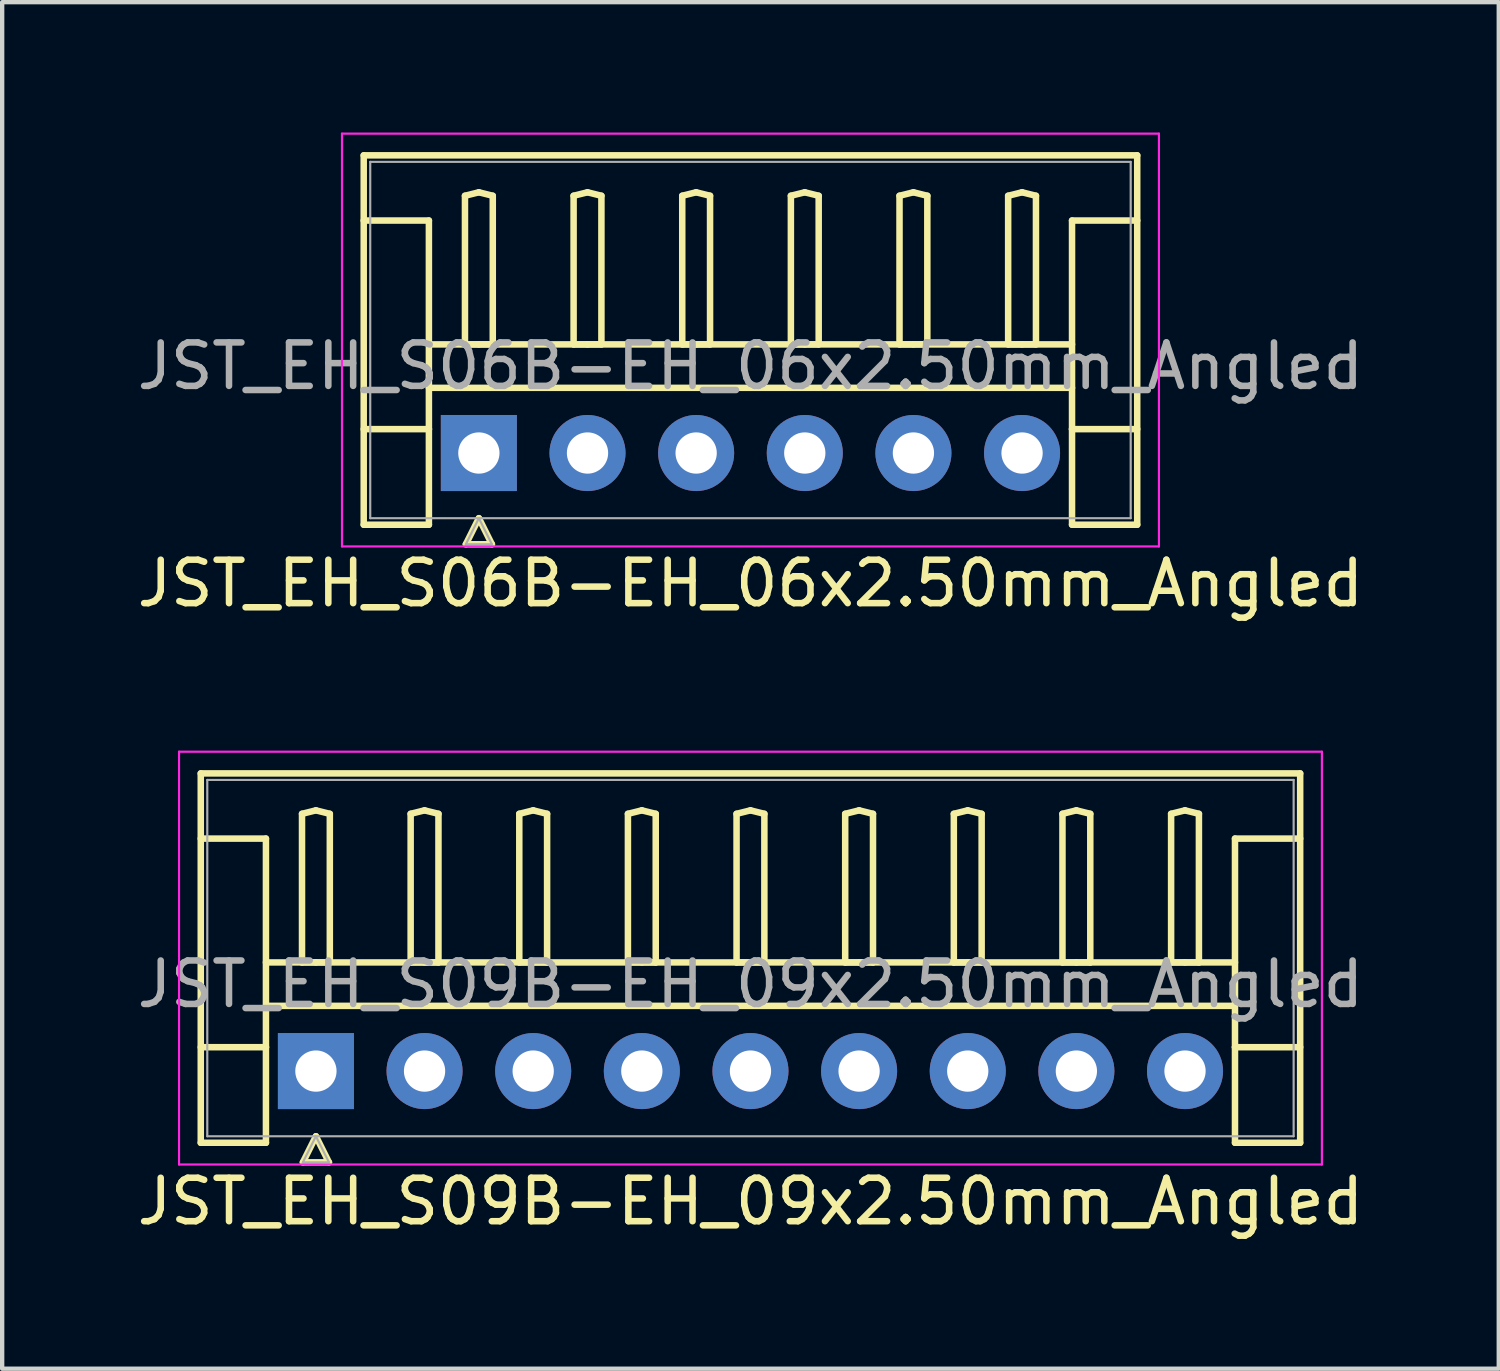
<source format=kicad_pcb>
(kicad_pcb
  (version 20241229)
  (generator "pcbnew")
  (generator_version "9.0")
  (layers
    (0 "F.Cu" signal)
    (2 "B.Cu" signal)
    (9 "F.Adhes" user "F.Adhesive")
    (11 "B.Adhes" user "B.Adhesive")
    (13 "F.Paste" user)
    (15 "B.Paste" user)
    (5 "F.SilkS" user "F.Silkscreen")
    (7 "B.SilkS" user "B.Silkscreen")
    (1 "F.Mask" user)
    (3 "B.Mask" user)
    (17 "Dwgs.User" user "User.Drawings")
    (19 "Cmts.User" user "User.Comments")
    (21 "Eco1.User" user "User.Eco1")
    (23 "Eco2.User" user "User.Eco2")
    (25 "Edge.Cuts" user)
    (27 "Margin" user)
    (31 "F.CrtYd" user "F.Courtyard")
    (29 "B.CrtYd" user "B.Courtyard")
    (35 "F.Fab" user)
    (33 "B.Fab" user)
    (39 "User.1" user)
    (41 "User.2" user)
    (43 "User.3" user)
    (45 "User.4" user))
  (footprint "JST_EH_S06B-EH_06x2.50mm_Angled"
    (layer "F.Cu")
    (at 7.97 7.375)
    (property "Reference" "JST_EH_S06B-EH_06x2.50mm_Angled" (at 6.25 -2 0) (layer "F.Fab") (effects (font (size 1 1) (thickness 0.15))))
    (attr through_hole)
    (fp_line (start -2.65 -6.85) (end 15.15 -6.85) (stroke (width 0.15) (type solid)) (layer "F.SilkS"))
    (fp_line (start -2.65 -5.35) (end -1.15 -5.35) (stroke (width 0.15) (type solid)) (layer "F.SilkS"))
    (fp_line (start -2.65 1.65) (end -2.65 -6.85) (stroke (width 0.15) (type solid)) (layer "F.SilkS"))
    (fp_line (start -1.15 -5.35) (end -1.15 -0.55) (stroke (width 0.15) (type solid)) (layer "F.SilkS"))
    (fp_line (start -1.15 -2.5) (end 13.65 -2.5) (stroke (width 0.15) (type solid)) (layer "F.SilkS"))
    (fp_line (start -1.15 -1.5) (end 13.65 -1.5) (stroke (width 0.15) (type solid)) (layer "F.SilkS"))
    (fp_line (start -1.15 -0.55) (end -2.65 -0.55) (stroke (width 0.15) (type solid)) (layer "F.SilkS"))
    (fp_line (start -1.15 -0.55) (end -1.15 1.65) (stroke (width 0.15) (type solid)) (layer "F.SilkS"))
    (fp_line (start -1.15 1.65) (end -2.65 1.65) (stroke (width 0.15) (type solid)) (layer "F.SilkS"))
    (fp_line (start -0.32 -5.92) (end 0 -6) (stroke (width 0.15) (type solid)) (layer "F.SilkS"))
    (fp_line (start -0.32 -2.5) (end -0.32 -5.92) (stroke (width 0.15) (type solid)) (layer "F.SilkS"))
    (fp_line (start -0.3 2.1) (end 0.3 2.1) (stroke (width 0.15) (type solid)) (layer "F.SilkS"))
    (fp_line (start 0 -6) (end 0.32 -5.92) (stroke (width 0.15) (type solid)) (layer "F.SilkS"))
    (fp_line (start 0 -2.5) (end -0.32 -2.5) (stroke (width 0.15) (type solid)) (layer "F.SilkS"))
    (fp_line (start 0 1.5) (end -0.3 2.1) (stroke (width 0.15) (type solid)) (layer "F.SilkS"))
    (fp_line (start 0.3 2.1) (end 0 1.5) (stroke (width 0.15) (type solid)) (layer "F.SilkS"))
    (fp_line (start 0.32 -5.92) (end 0.32 -2.5) (stroke (width 0.15) (type solid)) (layer "F.SilkS"))
    (fp_line (start 0.32 -2.5) (end 0 -2.5) (stroke (width 0.15) (type solid)) (layer "F.SilkS"))
    (fp_line (start 2.18 -5.92) (end 2.5 -6) (stroke (width 0.15) (type solid)) (layer "F.SilkS"))
    (fp_line (start 2.18 -2.5) (end 2.18 -5.92) (stroke (width 0.15) (type solid)) (layer "F.SilkS"))
    (fp_line (start 2.5 -6) (end 2.82 -5.92) (stroke (width 0.15) (type solid)) (layer "F.SilkS"))
    (fp_line (start 2.5 -2.5) (end 2.18 -2.5) (stroke (width 0.15) (type solid)) (layer "F.SilkS"))
    (fp_line (start 2.82 -5.92) (end 2.82 -2.5) (stroke (width 0.15) (type solid)) (layer "F.SilkS"))
    (fp_line (start 2.82 -2.5) (end 2.5 -2.5) (stroke (width 0.15) (type solid)) (layer "F.SilkS"))
    (fp_line (start 4.68 -5.92) (end 5 -6) (stroke (width 0.15) (type solid)) (layer "F.SilkS"))
    (fp_line (start 4.68 -2.5) (end 4.68 -5.92) (stroke (width 0.15) (type solid)) (layer "F.SilkS"))
    (fp_line (start 5 -6) (end 5.32 -5.92) (stroke (width 0.15) (type solid)) (layer "F.SilkS"))
    (fp_line (start 5 -2.5) (end 4.68 -2.5) (stroke (width 0.15) (type solid)) (layer "F.SilkS"))
    (fp_line (start 5.32 -5.92) (end 5.32 -2.5) (stroke (width 0.15) (type solid)) (layer "F.SilkS"))
    (fp_line (start 5.32 -2.5) (end 5 -2.5) (stroke (width 0.15) (type solid)) (layer "F.SilkS"))
    (fp_line (start 7.18 -5.92) (end 7.5 -6) (stroke (width 0.15) (type solid)) (layer "F.SilkS"))
    (fp_line (start 7.18 -2.5) (end 7.18 -5.92) (stroke (width 0.15) (type solid)) (layer "F.SilkS"))
    (fp_line (start 7.5 -6) (end 7.82 -5.92) (stroke (width 0.15) (type solid)) (layer "F.SilkS"))
    (fp_line (start 7.5 -2.5) (end 7.18 -2.5) (stroke (width 0.15) (type solid)) (layer "F.SilkS"))
    (fp_line (start 7.82 -5.92) (end 7.82 -2.5) (stroke (width 0.15) (type solid)) (layer "F.SilkS"))
    (fp_line (start 7.82 -2.5) (end 7.5 -2.5) (stroke (width 0.15) (type solid)) (layer "F.SilkS"))
    (fp_line (start 9.68 -5.92) (end 10 -6) (stroke (width 0.15) (type solid)) (layer "F.SilkS"))
    (fp_line (start 9.68 -2.5) (end 9.68 -5.92) (stroke (width 0.15) (type solid)) (layer "F.SilkS"))
    (fp_line (start 10 -6) (end 10.32 -5.92) (stroke (width 0.15) (type solid)) (layer "F.SilkS"))
    (fp_line (start 10 -2.5) (end 9.68 -2.5) (stroke (width 0.15) (type solid)) (layer "F.SilkS"))
    (fp_line (start 10.32 -5.92) (end 10.32 -2.5) (stroke (width 0.15) (type solid)) (layer "F.SilkS"))
    (fp_line (start 10.32 -2.5) (end 10 -2.5) (stroke (width 0.15) (type solid)) (layer "F.SilkS"))
    (fp_line (start 12.18 -5.92) (end 12.5 -6) (stroke (width 0.15) (type solid)) (layer "F.SilkS"))
    (fp_line (start 12.18 -2.5) (end 12.18 -5.92) (stroke (width 0.15) (type solid)) (layer "F.SilkS"))
    (fp_line (start 12.5 -6) (end 12.82 -5.92) (stroke (width 0.15) (type solid)) (layer "F.SilkS"))
    (fp_line (start 12.5 -2.5) (end 12.18 -2.5) (stroke (width 0.15) (type solid)) (layer "F.SilkS"))
    (fp_line (start 12.82 -5.92) (end 12.82 -2.5) (stroke (width 0.15) (type solid)) (layer "F.SilkS"))
    (fp_line (start 12.82 -2.5) (end 12.5 -2.5) (stroke (width 0.15) (type solid)) (layer "F.SilkS"))
    (fp_line (start 13.65 -5.35) (end 13.65 -0.55) (stroke (width 0.15) (type solid)) (layer "F.SilkS"))
    (fp_line (start 13.65 -0.55) (end 15.15 -0.55) (stroke (width 0.15) (type solid)) (layer "F.SilkS"))
    (fp_line (start 13.65 1.65) (end 13.65 -0.55) (stroke (width 0.15) (type solid)) (layer "F.SilkS"))
    (fp_line (start 15.15 -6.85) (end 15.15 1.65) (stroke (width 0.15) (type solid)) (layer "F.SilkS"))
    (fp_line (start 15.15 -5.35) (end 13.65 -5.35) (stroke (width 0.15) (type solid)) (layer "F.SilkS"))
    (fp_line (start 15.15 1.65) (end 13.65 1.65) (stroke (width 0.15) (type solid)) (layer "F.SilkS"))
    (fp_line (start -3.15 -7.35) (end -3.15 2.15) (stroke (width 0.05) (type solid)) (layer "F.CrtYd"))
    (fp_line (start -3.15 2.15) (end 15.65 2.15) (stroke (width 0.05) (type solid)) (layer "F.CrtYd"))
    (fp_line (start 15.65 -7.35) (end -3.15 -7.35) (stroke (width 0.05) (type solid)) (layer "F.CrtYd"))
    (fp_line (start 15.65 2.15) (end 15.65 -7.35) (stroke (width 0.05) (type solid)) (layer "F.CrtYd"))
    (fp_line (start -2.5 -6.7) (end -2.5 1.5) (stroke (width 0.05) (type solid)) (layer "F.Fab"))
    (fp_line (start -2.5 1.5) (end 15 1.5) (stroke (width 0.05) (type solid)) (layer "F.Fab"))
    (fp_line (start -0.3 2.1) (end 0.3 2.1) (stroke (width 0.05) (type solid)) (layer "F.Fab"))
    (fp_line (start 0 1.5) (end -0.3 2.1) (stroke (width 0.05) (type solid)) (layer "F.Fab"))
    (fp_line (start 0.3 2.1) (end 0 1.5) (stroke (width 0.05) (type solid)) (layer "F.Fab"))
    (fp_line (start 15 -6.7) (end -2.5 -6.7) (stroke (width 0.05) (type solid)) (layer "F.Fab"))
    (fp_line (start 15 1.5) (end 15 -6.7) (stroke (width 0.05) (type solid)) (layer "F.Fab"))
    (fp_text user "${REFERENCE}" (at 6.25 3 0) (layer "F.SilkS") (effects (font (size 1 1) (thickness 0.15))))
    (pad "1" thru_hole rect (at 0 0) (size 1.75 1.75) (drill 0.95) (layers "*.Cu" "*.Mask"))
    (pad "2" thru_hole circle (at 2.5 0) (size 1.75 1.75) (drill 0.95) (layers "*.Cu" "*.Mask"))
    (pad "3" thru_hole circle (at 5 0) (size 1.75 1.75) (drill 0.95) (layers "*.Cu" "*.Mask"))
    (pad "4" thru_hole circle (at 7.5 0) (size 1.75 1.75) (drill 0.95) (layers "*.Cu" "*.Mask"))
    (pad "5" thru_hole circle (at 10 0) (size 1.75 1.75) (drill 0.95) (layers "*.Cu" "*.Mask"))
    (pad "6" thru_hole circle (at 12.5 0) (size 1.75 1.75) (drill 0.95) (layers "*.Cu" "*.Mask")))
  (footprint "JST_EH_S09B-EH_09x2.50mm_Angled"
    (layer "F.Cu")
    (at 4.22 21.598)
    (property "Reference" "JST_EH_S09B-EH_09x2.50mm_Angled" (at 10 -2 0) (layer "F.Fab") (effects (font (size 1 1) (thickness 0.15))))
    (attr through_hole)
    (fp_line (start -2.65 -6.85) (end 22.65 -6.85) (stroke (width 0.15) (type solid)) (layer "F.SilkS"))
    (fp_line (start -2.65 -5.35) (end -1.15 -5.35) (stroke (width 0.15) (type solid)) (layer "F.SilkS"))
    (fp_line (start -2.65 1.65) (end -2.65 -6.85) (stroke (width 0.15) (type solid)) (layer "F.SilkS"))
    (fp_line (start -1.15 -5.35) (end -1.15 -0.55) (stroke (width 0.15) (type solid)) (layer "F.SilkS"))
    (fp_line (start -1.15 -2.5) (end 21.15 -2.5) (stroke (width 0.15) (type solid)) (layer "F.SilkS"))
    (fp_line (start -1.15 -1.5) (end 21.15 -1.5) (stroke (width 0.15) (type solid)) (layer "F.SilkS"))
    (fp_line (start -1.15 -0.55) (end -2.65 -0.55) (stroke (width 0.15) (type solid)) (layer "F.SilkS"))
    (fp_line (start -1.15 -0.55) (end -1.15 1.65) (stroke (width 0.15) (type solid)) (layer "F.SilkS"))
    (fp_line (start -1.15 1.65) (end -2.65 1.65) (stroke (width 0.15) (type solid)) (layer "F.SilkS"))
    (fp_line (start -0.32 -5.92) (end 0 -6) (stroke (width 0.15) (type solid)) (layer "F.SilkS"))
    (fp_line (start -0.32 -2.5) (end -0.32 -5.92) (stroke (width 0.15) (type solid)) (layer "F.SilkS"))
    (fp_line (start -0.3 2.1) (end 0.3 2.1) (stroke (width 0.15) (type solid)) (layer "F.SilkS"))
    (fp_line (start 0 -6) (end 0.32 -5.92) (stroke (width 0.15) (type solid)) (layer "F.SilkS"))
    (fp_line (start 0 -2.5) (end -0.32 -2.5) (stroke (width 0.15) (type solid)) (layer "F.SilkS"))
    (fp_line (start 0 1.5) (end -0.3 2.1) (stroke (width 0.15) (type solid)) (layer "F.SilkS"))
    (fp_line (start 0.3 2.1) (end 0 1.5) (stroke (width 0.15) (type solid)) (layer "F.SilkS"))
    (fp_line (start 0.32 -5.92) (end 0.32 -2.5) (stroke (width 0.15) (type solid)) (layer "F.SilkS"))
    (fp_line (start 0.32 -2.5) (end 0 -2.5) (stroke (width 0.15) (type solid)) (layer "F.SilkS"))
    (fp_line (start 2.18 -5.92) (end 2.5 -6) (stroke (width 0.15) (type solid)) (layer "F.SilkS"))
    (fp_line (start 2.18 -2.5) (end 2.18 -5.92) (stroke (width 0.15) (type solid)) (layer "F.SilkS"))
    (fp_line (start 2.5 -6) (end 2.82 -5.92) (stroke (width 0.15) (type solid)) (layer "F.SilkS"))
    (fp_line (start 2.5 -2.5) (end 2.18 -2.5) (stroke (width 0.15) (type solid)) (layer "F.SilkS"))
    (fp_line (start 2.82 -5.92) (end 2.82 -2.5) (stroke (width 0.15) (type solid)) (layer "F.SilkS"))
    (fp_line (start 2.82 -2.5) (end 2.5 -2.5) (stroke (width 0.15) (type solid)) (layer "F.SilkS"))
    (fp_line (start 4.68 -5.92) (end 5 -6) (stroke (width 0.15) (type solid)) (layer "F.SilkS"))
    (fp_line (start 4.68 -2.5) (end 4.68 -5.92) (stroke (width 0.15) (type solid)) (layer "F.SilkS"))
    (fp_line (start 5 -6) (end 5.32 -5.92) (stroke (width 0.15) (type solid)) (layer "F.SilkS"))
    (fp_line (start 5 -2.5) (end 4.68 -2.5) (stroke (width 0.15) (type solid)) (layer "F.SilkS"))
    (fp_line (start 5.32 -5.92) (end 5.32 -2.5) (stroke (width 0.15) (type solid)) (layer "F.SilkS"))
    (fp_line (start 5.32 -2.5) (end 5 -2.5) (stroke (width 0.15) (type solid)) (layer "F.SilkS"))
    (fp_line (start 7.18 -5.92) (end 7.5 -6) (stroke (width 0.15) (type solid)) (layer "F.SilkS"))
    (fp_line (start 7.18 -2.5) (end 7.18 -5.92) (stroke (width 0.15) (type solid)) (layer "F.SilkS"))
    (fp_line (start 7.5 -6) (end 7.82 -5.92) (stroke (width 0.15) (type solid)) (layer "F.SilkS"))
    (fp_line (start 7.5 -2.5) (end 7.18 -2.5) (stroke (width 0.15) (type solid)) (layer "F.SilkS"))
    (fp_line (start 7.82 -5.92) (end 7.82 -2.5) (stroke (width 0.15) (type solid)) (layer "F.SilkS"))
    (fp_line (start 7.82 -2.5) (end 7.5 -2.5) (stroke (width 0.15) (type solid)) (layer "F.SilkS"))
    (fp_line (start 9.68 -5.92) (end 10 -6) (stroke (width 0.15) (type solid)) (layer "F.SilkS"))
    (fp_line (start 9.68 -2.5) (end 9.68 -5.92) (stroke (width 0.15) (type solid)) (layer "F.SilkS"))
    (fp_line (start 10 -6) (end 10.32 -5.92) (stroke (width 0.15) (type solid)) (layer "F.SilkS"))
    (fp_line (start 10 -2.5) (end 9.68 -2.5) (stroke (width 0.15) (type solid)) (layer "F.SilkS"))
    (fp_line (start 10.32 -5.92) (end 10.32 -2.5) (stroke (width 0.15) (type solid)) (layer "F.SilkS"))
    (fp_line (start 10.32 -2.5) (end 10 -2.5) (stroke (width 0.15) (type solid)) (layer "F.SilkS"))
    (fp_line (start 12.18 -5.92) (end 12.5 -6) (stroke (width 0.15) (type solid)) (layer "F.SilkS"))
    (fp_line (start 12.18 -2.5) (end 12.18 -5.92) (stroke (width 0.15) (type solid)) (layer "F.SilkS"))
    (fp_line (start 12.5 -6) (end 12.82 -5.92) (stroke (width 0.15) (type solid)) (layer "F.SilkS"))
    (fp_line (start 12.5 -2.5) (end 12.18 -2.5) (stroke (width 0.15) (type solid)) (layer "F.SilkS"))
    (fp_line (start 12.82 -5.92) (end 12.82 -2.5) (stroke (width 0.15) (type solid)) (layer "F.SilkS"))
    (fp_line (start 12.82 -2.5) (end 12.5 -2.5) (stroke (width 0.15) (type solid)) (layer "F.SilkS"))
    (fp_line (start 14.68 -5.92) (end 15 -6) (stroke (width 0.15) (type solid)) (layer "F.SilkS"))
    (fp_line (start 14.68 -2.5) (end 14.68 -5.92) (stroke (width 0.15) (type solid)) (layer "F.SilkS"))
    (fp_line (start 15 -6) (end 15.32 -5.92) (stroke (width 0.15) (type solid)) (layer "F.SilkS"))
    (fp_line (start 15 -2.5) (end 14.68 -2.5) (stroke (width 0.15) (type solid)) (layer "F.SilkS"))
    (fp_line (start 15.32 -5.92) (end 15.32 -2.5) (stroke (width 0.15) (type solid)) (layer "F.SilkS"))
    (fp_line (start 15.32 -2.5) (end 15 -2.5) (stroke (width 0.15) (type solid)) (layer "F.SilkS"))
    (fp_line (start 17.18 -5.92) (end 17.5 -6) (stroke (width 0.15) (type solid)) (layer "F.SilkS"))
    (fp_line (start 17.18 -2.5) (end 17.18 -5.92) (stroke (width 0.15) (type solid)) (layer "F.SilkS"))
    (fp_line (start 17.5 -6) (end 17.82 -5.92) (stroke (width 0.15) (type solid)) (layer "F.SilkS"))
    (fp_line (start 17.5 -2.5) (end 17.18 -2.5) (stroke (width 0.15) (type solid)) (layer "F.SilkS"))
    (fp_line (start 17.82 -5.92) (end 17.82 -2.5) (stroke (width 0.15) (type solid)) (layer "F.SilkS"))
    (fp_line (start 17.82 -2.5) (end 17.5 -2.5) (stroke (width 0.15) (type solid)) (layer "F.SilkS"))
    (fp_line (start 19.68 -5.92) (end 20 -6) (stroke (width 0.15) (type solid)) (layer "F.SilkS"))
    (fp_line (start 19.68 -2.5) (end 19.68 -5.92) (stroke (width 0.15) (type solid)) (layer "F.SilkS"))
    (fp_line (start 20 -6) (end 20.32 -5.92) (stroke (width 0.15) (type solid)) (layer "F.SilkS"))
    (fp_line (start 20 -2.5) (end 19.68 -2.5) (stroke (width 0.15) (type solid)) (layer "F.SilkS"))
    (fp_line (start 20.32 -5.92) (end 20.32 -2.5) (stroke (width 0.15) (type solid)) (layer "F.SilkS"))
    (fp_line (start 20.32 -2.5) (end 20 -2.5) (stroke (width 0.15) (type solid)) (layer "F.SilkS"))
    (fp_line (start 21.15 -5.35) (end 21.15 -0.55) (stroke (width 0.15) (type solid)) (layer "F.SilkS"))
    (fp_line (start 21.15 -0.55) (end 22.65 -0.55) (stroke (width 0.15) (type solid)) (layer "F.SilkS"))
    (fp_line (start 21.15 1.65) (end 21.15 -0.55) (stroke (width 0.15) (type solid)) (layer "F.SilkS"))
    (fp_line (start 22.65 -6.85) (end 22.65 1.65) (stroke (width 0.15) (type solid)) (layer "F.SilkS"))
    (fp_line (start 22.65 -5.35) (end 21.15 -5.35) (stroke (width 0.15) (type solid)) (layer "F.SilkS"))
    (fp_line (start 22.65 1.65) (end 21.15 1.65) (stroke (width 0.15) (type solid)) (layer "F.SilkS"))
    (fp_line (start -3.15 -7.35) (end -3.15 2.15) (stroke (width 0.05) (type solid)) (layer "F.CrtYd"))
    (fp_line (start -3.15 2.15) (end 23.15 2.15) (stroke (width 0.05) (type solid)) (layer "F.CrtYd"))
    (fp_line (start 23.15 -7.35) (end -3.15 -7.35) (stroke (width 0.05) (type solid)) (layer "F.CrtYd"))
    (fp_line (start 23.15 2.15) (end 23.15 -7.35) (stroke (width 0.05) (type solid)) (layer "F.CrtYd"))
    (fp_line (start -2.5 -6.7) (end -2.5 1.5) (stroke (width 0.05) (type solid)) (layer "F.Fab"))
    (fp_line (start -2.5 1.5) (end 22.5 1.5) (stroke (width 0.05) (type solid)) (layer "F.Fab"))
    (fp_line (start -0.3 2.1) (end 0.3 2.1) (stroke (width 0.05) (type solid)) (layer "F.Fab"))
    (fp_line (start 0 1.5) (end -0.3 2.1) (stroke (width 0.05) (type solid)) (layer "F.Fab"))
    (fp_line (start 0.3 2.1) (end 0 1.5) (stroke (width 0.05) (type solid)) (layer "F.Fab"))
    (fp_line (start 22.5 -6.7) (end -2.5 -6.7) (stroke (width 0.05) (type solid)) (layer "F.Fab"))
    (fp_line (start 22.5 1.5) (end 22.5 -6.7) (stroke (width 0.05) (type solid)) (layer "F.Fab"))
    (fp_text user "${REFERENCE}" (at 10 3 0) (layer "F.SilkS") (effects (font (size 1 1) (thickness 0.15))))
    (pad "1" thru_hole rect (at 0 0) (size 1.75 1.75) (drill 0.95) (layers "*.Cu" "*.Mask"))
    (pad "2" thru_hole circle (at 2.5 0) (size 1.75 1.75) (drill 0.95) (layers "*.Cu" "*.Mask"))
    (pad "3" thru_hole circle (at 5 0) (size 1.75 1.75) (drill 0.95) (layers "*.Cu" "*.Mask"))
    (pad "4" thru_hole circle (at 7.5 0) (size 1.75 1.75) (drill 0.95) (layers "*.Cu" "*.Mask"))
    (pad "5" thru_hole circle (at 10 0) (size 1.75 1.75) (drill 0.95) (layers "*.Cu" "*.Mask"))
    (pad "6" thru_hole circle (at 12.5 0) (size 1.75 1.75) (drill 0.95) (layers "*.Cu" "*.Mask"))
    (pad "7" thru_hole circle (at 15 0) (size 1.75 1.75) (drill 0.95) (layers "*.Cu" "*.Mask"))
    (pad "8" thru_hole circle (at 17.5 0) (size 1.75 1.75) (drill 0.95) (layers "*.Cu" "*.Mask"))
    (pad "9" thru_hole circle (at 20 0) (size 1.75 1.75) (drill 0.95) (layers "*.Cu" "*.Mask")))
  (gr_rect
    (start -3 -3)
    (end 31.44 28.447)
    (stroke (width 0.1) (type default))
    (fill no)
    (layer "Edge.Cuts")))
</source>
